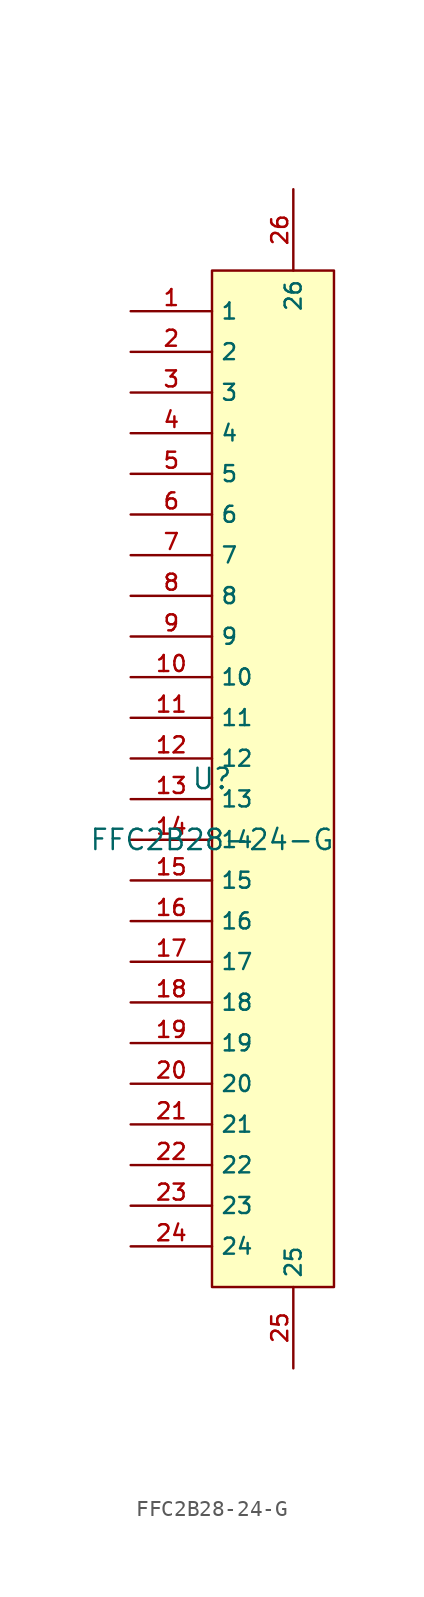
<source format=kicad_sym>
(kicad_symbol_lib
  (version 20210201)
  (generator TousstNicolas/JLC2KiCad_lib)
  (symbol "FFC2B28-24-G"
    (property "Reference" "U"
      (at 0 1.27 0)
      (effects (font (size 1.27 1.27))))
    (property "Value" "FFC2B28-24-G"
      (at 0 -2.54 0)
      (effects (font (size 1.27 1.27))))
    (symbol "FFC2B28-24-G_0_1"
      (pin unspecified line (at 5.08 -35.56 90) (length 5.08) (name "25" (effects (font (size 1 1)))) (number "25" (effects (font (size 1 1)))))
      (pin unspecified line (at 5.08 38.1 270) (length 5.08) (name "26" (effects (font (size 1 1)))) (number "26" (effects (font (size 1 1)))))
      (pin unspecified line (at -5.08 -27.94 0) (length 5.08) (name "24" (effects (font (size 1 1)))) (number "24" (effects (font (size 1 1)))))
      (pin unspecified line (at -5.08 -25.4 0) (length 5.08) (name "23" (effects (font (size 1 1)))) (number "23" (effects (font (size 1 1)))))
      (pin unspecified line (at -5.08 -22.86 0) (length 5.08) (name "22" (effects (font (size 1 1)))) (number "22" (effects (font (size 1 1)))))
      (pin unspecified line (at -5.08 -20.32 0) (length 5.08) (name "21" (effects (font (size 1 1)))) (number "21" (effects (font (size 1 1)))))
      (pin unspecified line (at -5.08 -17.78 0) (length 5.08) (name "20" (effects (font (size 1 1)))) (number "20" (effects (font (size 1 1)))))
      (pin unspecified line (at -5.08 -15.24 0) (length 5.08) (name "19" (effects (font (size 1 1)))) (number "19" (effects (font (size 1 1)))))
      (pin unspecified line (at -5.08 -12.7 0) (length 5.08) (name "18" (effects (font (size 1 1)))) (number "18" (effects (font (size 1 1)))))
      (pin unspecified line (at -5.08 -10.16 0) (length 5.08) (name "17" (effects (font (size 1 1)))) (number "17" (effects (font (size 1 1)))))
      (pin unspecified line (at -5.08 -7.62 0) (length 5.08) (name "16" (effects (font (size 1 1)))) (number "16" (effects (font (size 1 1)))))
      (pin unspecified line (at -5.08 -5.08 0) (length 5.08) (name "15" (effects (font (size 1 1)))) (number "15" (effects (font (size 1 1)))))
      (pin unspecified line (at -5.08 -2.54 0) (length 5.08) (name "14" (effects (font (size 1 1)))) (number "14" (effects (font (size 1 1)))))
      (pin unspecified line (at -5.08 -0.0 0) (length 5.08) (name "13" (effects (font (size 1 1)))) (number "13" (effects (font (size 1 1)))))
      (pin unspecified line (at -5.08 2.54 0) (length 5.08) (name "12" (effects (font (size 1 1)))) (number "12" (effects (font (size 1 1)))))
      (pin unspecified line (at -5.08 5.08 0) (length 5.08) (name "11" (effects (font (size 1 1)))) (number "11" (effects (font (size 1 1)))))
      (pin unspecified line (at -5.08 7.62 0) (length 5.08) (name "10" (effects (font (size 1 1)))) (number "10" (effects (font (size 1 1)))))
      (pin unspecified line (at -5.08 10.16 0) (length 5.08) (name "9" (effects (font (size 1 1)))) (number "9" (effects (font (size 1 1)))))
      (pin unspecified line (at -5.08 12.7 0) (length 5.08) (name "8" (effects (font (size 1 1)))) (number "8" (effects (font (size 1 1)))))
      (pin unspecified line (at -5.08 15.24 0) (length 5.08) (name "7" (effects (font (size 1 1)))) (number "7" (effects (font (size 1 1)))))
      (pin unspecified line (at -5.08 17.78 0) (length 5.08) (name "6" (effects (font (size 1 1)))) (number "6" (effects (font (size 1 1)))))
      (pin unspecified line (at -5.08 20.32 0) (length 5.08) (name "5" (effects (font (size 1 1)))) (number "5" (effects (font (size 1 1)))))
      (pin unspecified line (at -5.08 22.86 0) (length 5.08) (name "4" (effects (font (size 1 1)))) (number "4" (effects (font (size 1 1)))))
      (pin unspecified line (at -5.08 25.4 0) (length 5.08) (name "3" (effects (font (size 1 1)))) (number "3" (effects (font (size 1 1)))))
      (pin unspecified line (at -5.08 27.94 0) (length 5.08) (name "2" (effects (font (size 1 1)))) (number "2" (effects (font (size 1 1)))))
      (pin unspecified line (at -5.08 30.48 0) (length 5.08) (name "1" (effects (font (size 1 1)))) (number "1" (effects (font (size 1 1)))))
      (rectangle (start 0.0 33.02) (end 7.62 -30.48) (stroke (width 0) (type default) (color 0 0 0 0)) (fill (type background))))))
</source>
